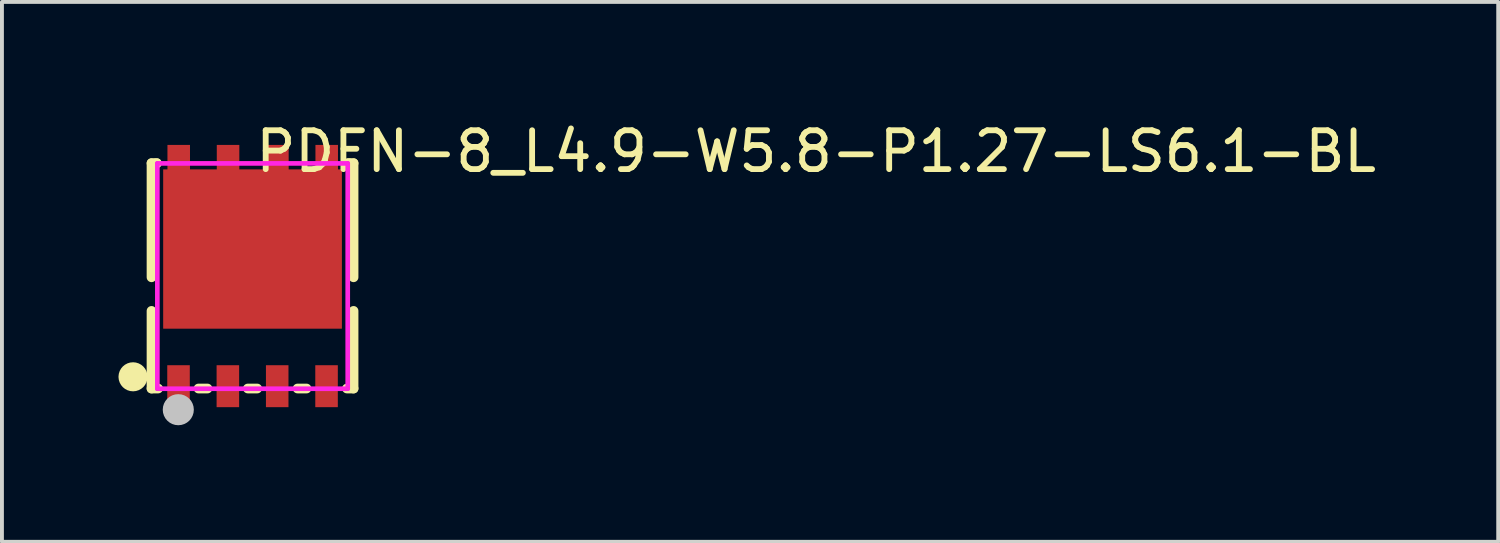
<source format=kicad_pcb>
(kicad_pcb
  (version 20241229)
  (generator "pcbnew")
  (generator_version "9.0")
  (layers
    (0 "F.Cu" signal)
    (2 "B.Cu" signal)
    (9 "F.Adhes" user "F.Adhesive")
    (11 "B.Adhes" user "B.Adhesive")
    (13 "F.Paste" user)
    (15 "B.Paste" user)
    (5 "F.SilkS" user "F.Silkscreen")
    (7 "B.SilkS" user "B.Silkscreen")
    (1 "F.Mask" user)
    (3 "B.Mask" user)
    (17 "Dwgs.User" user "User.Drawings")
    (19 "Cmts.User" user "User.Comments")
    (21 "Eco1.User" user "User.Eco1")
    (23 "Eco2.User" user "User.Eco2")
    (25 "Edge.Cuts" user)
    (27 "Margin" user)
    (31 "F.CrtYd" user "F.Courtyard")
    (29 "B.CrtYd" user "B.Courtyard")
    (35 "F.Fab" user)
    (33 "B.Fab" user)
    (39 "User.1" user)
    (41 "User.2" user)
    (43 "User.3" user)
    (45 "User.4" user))
  (footprint "PDFN-8_L4.9-W5.8-P1.27-LS6.1-BL"
    (layer "F.Cu")
    (at 3.452 4.055)
    (property "Reference" "PDFN-8_L4.9-W5.8-P1.27-LS6.1-BL" (at 0 -3.207 0) (layer "F.SilkS") (effects (font (size 1 1) (thickness 0.15)) (justify left)))
    (attr through_hole)
    (fp_line (start -2.602 -2.905) (end -2.465 -2.905) (stroke (width 0.25) (type solid)) (layer "F.SilkS"))
    (fp_line (start -2.602 0.032) (end -2.602 -2.905) (stroke (width 0.25) (type solid)) (layer "F.SilkS"))
    (fp_line (start -2.602 2.895) (end -2.602 0.897) (stroke (width 0.25) (type solid)) (layer "F.SilkS"))
    (fp_line (start -2.602 2.895) (end -2.432 2.895) (stroke (width 0.25) (type solid)) (layer "F.SilkS"))
    (fp_line (start -2.502 -2.905) (end -2.465 -2.905) (stroke (width 0.25) (type solid)) (layer "F.SilkS"))
    (fp_line (start -1.393 2.895) (end -1.162 2.895) (stroke (width 0.25) (type solid)) (layer "F.SilkS"))
    (fp_line (start -0.123 2.895) (end 0.118 2.895) (stroke (width 0.25) (type solid)) (layer "F.SilkS"))
    (fp_line (start 1.157 2.895) (end 1.388 2.895) (stroke (width 0.25) (type solid)) (layer "F.SilkS"))
    (fp_line (start 2.427 2.895) (end 2.598 2.895) (stroke (width 0.25) (type solid)) (layer "F.SilkS"))
    (fp_line (start 2.46 -2.905) (end 2.498 -2.905) (stroke (width 0.25) (type solid)) (layer "F.SilkS"))
    (fp_line (start 2.461 -2.905) (end 2.598 -2.905) (stroke (width 0.25) (type solid)) (layer "F.SilkS"))
    (fp_line (start 2.598 -2.905) (end 2.598 0.032) (stroke (width 0.25) (type solid)) (layer "F.SilkS"))
    (fp_line (start 2.598 0.897) (end 2.598 2.895) (stroke (width 0.25) (type solid)) (layer "F.SilkS"))
    (fp_arc (start -3.202 2.592) (mid -2.953986 2.594735) (end -3.202015 2.594531) (stroke (width 0.5) (type solid)) (layer "F.SilkS"))
    (fp_poly (pts (xy -2.202 2.29) (xy -1.612 2.29) (xy -1.612 3.38) (xy -2.202 3.38)) (stroke (width 0.12) (type solid)) (fill yes) (layer "F.Paste"))
    (fp_poly (pts (xy -0.932 2.29) (xy -0.342 2.29) (xy -0.342 3.38) (xy -0.932 3.38)) (stroke (width 0.12) (type solid)) (fill yes) (layer "F.Paste"))
    (fp_poly (pts (xy 0.338 2.29) (xy 0.928 2.29) (xy 0.928 3.38) (xy 0.338 3.38)) (stroke (width 0.12) (type solid)) (fill yes) (layer "F.Paste"))
    (fp_poly (pts (xy 1.608 2.29) (xy 2.198 2.29) (xy 2.198 3.38) (xy 1.608 3.38)) (stroke (width 0.12) (type solid)) (fill yes) (layer "F.Paste"))
    (fp_poly (pts (xy -2.192 -3.374) (xy -1.613 -3.374) (xy -1.613 -2.744) (xy -0.923 -2.744) (xy -0.923 -3.374) (xy -0.343 -3.374) (xy -0.343 -2.744) (xy 0.348 -2.744) (xy 0.348 -3.375) (xy 0.928 -3.375) (xy 0.928 -2.745) (xy 1.618 -2.745) (xy 1.618 -3.374) (xy 1.619 -3.375) (xy 2.197 -3.375) (xy 2.197 -2.745) (xy 2.297 -2.745) (xy 2.297 1.355) (xy -2.302 1.355) (xy -2.302 -2.745) (xy -2.193 -2.745)) (stroke (width 0.12) (type solid)) (fill yes) (layer "F.Paste"))
    (fp_circle (center -1.913 3.44) (end -1.713 3.44) (stroke (width 0.4) (type solid)) (fill no) (layer "Dwgs.User"))
    (fp_circle (center -2.453 3.06) (end -2.423 3.06) (stroke (width 0.06) (type solid)) (fill no) (layer "Eco2.User"))
    (fp_poly (pts (xy -2.177 -2.361) (xy 2.173 -2.361) (xy 2.173 1.305) (xy -2.177 1.305)) (stroke (width 0.12) (type solid)) (fill no) (layer "Eco2.User"))
    (fp_poly (pts (xy -2.102 -3.035) (xy -1.702 -3.035) (xy -1.702 -2.355) (xy -2.102 -2.355)) (stroke (width 0.12) (type solid)) (fill no) (layer "Eco2.User"))
    (fp_poly (pts (xy -1.707 3.06) (xy -2.107 3.06) (xy -2.107 2.51) (xy -1.707 2.51)) (stroke (width 0.12) (type solid)) (fill no) (layer "Eco2.User"))
    (fp_poly (pts (xy -0.832 -3.035) (xy -0.432 -3.035) (xy -0.432 -2.355) (xy -0.832 -2.355)) (stroke (width 0.12) (type solid)) (fill no) (layer "Eco2.User"))
    (fp_poly (pts (xy -0.437 3.06) (xy -0.837 3.06) (xy -0.837 2.51) (xy -0.437 2.51)) (stroke (width 0.12) (type solid)) (fill no) (layer "Eco2.User"))
    (fp_poly (pts (xy 0.438 -3.035) (xy 0.838 -3.035) (xy 0.838 -2.355) (xy 0.438 -2.355)) (stroke (width 0.12) (type solid)) (fill no) (layer "Eco2.User"))
    (fp_poly (pts (xy 0.833 3.06) (xy 0.433 3.06) (xy 0.433 2.51) (xy 0.833 2.51)) (stroke (width 0.12) (type solid)) (fill no) (layer "Eco2.User"))
    (fp_poly (pts (xy 1.707 -3.035) (xy 2.107 -3.035) (xy 2.107 -2.355) (xy 1.707 -2.355)) (stroke (width 0.12) (type solid)) (fill no) (layer "Eco2.User"))
    (fp_poly (pts (xy 2.103 3.06) (xy 1.703 3.06) (xy 1.703 2.51) (xy 2.103 2.51)) (stroke (width 0.12) (type solid)) (fill no) (layer "Eco2.User"))
    (fp_line (start -2.452 -2.9) (end 2.448 -2.9) (stroke (width 0.12) (type solid)) (layer "F.CrtYd"))
    (fp_line (start -2.452 2.9) (end -2.452 -2.9) (stroke (width 0.12) (type solid)) (layer "F.CrtYd"))
    (fp_line (start 2.448 -2.9) (end 2.448 2.9) (stroke (width 0.12) (type solid)) (layer "F.CrtYd"))
    (fp_line (start 2.448 2.9) (end -2.452 2.9) (stroke (width 0.12) (type solid)) (layer "F.CrtYd"))
    (pad "1" smd rect (at -1.907 2.835 180) (size 0.58 1.08) (layers "F.Cu" "F.Mask" "F.Paste"))
    (pad "2" smd rect (at -0.637 2.835 180) (size 0.58 1.08) (layers "F.Cu" "F.Mask" "F.Paste"))
    (pad "3" smd rect (at 0.633 2.835 180) (size 0.58 1.08) (layers "F.Cu" "F.Mask" "F.Paste"))
    (pad "4" smd rect (at 1.903 2.835 180) (size 0.58 1.08) (layers "F.Cu" "F.Mask" "F.Paste"))
    (pad "5" smd rect (at 1.907 -2.835) (size 0.58 1.08) (layers "F.Cu" "F.Mask" "F.Paste"))
    (pad "6" smd rect (at 0.638 -2.835) (size 0.58 1.08) (layers "F.Cu" "F.Mask" "F.Paste"))
    (pad "7" smd rect (at -0.632 -2.835) (size 0.58 1.08) (layers "F.Cu" "F.Mask" "F.Paste"))
    (pad "8" smd rect (at -1.902 -2.835) (size 0.58 1.08) (layers "F.Cu" "F.Mask" "F.Paste"))
    (pad "9" smd rect (at -0.002 -0.695) (size 4.6 4.1) (layers "F.Cu" "F.Mask" "F.Paste")))
  (gr_rect
    (start -3 -3)
    (end 35.512 10.895)
    (stroke (width 0.1) (type default))
    (fill no)
    (layer "Edge.Cuts")))
</source>
